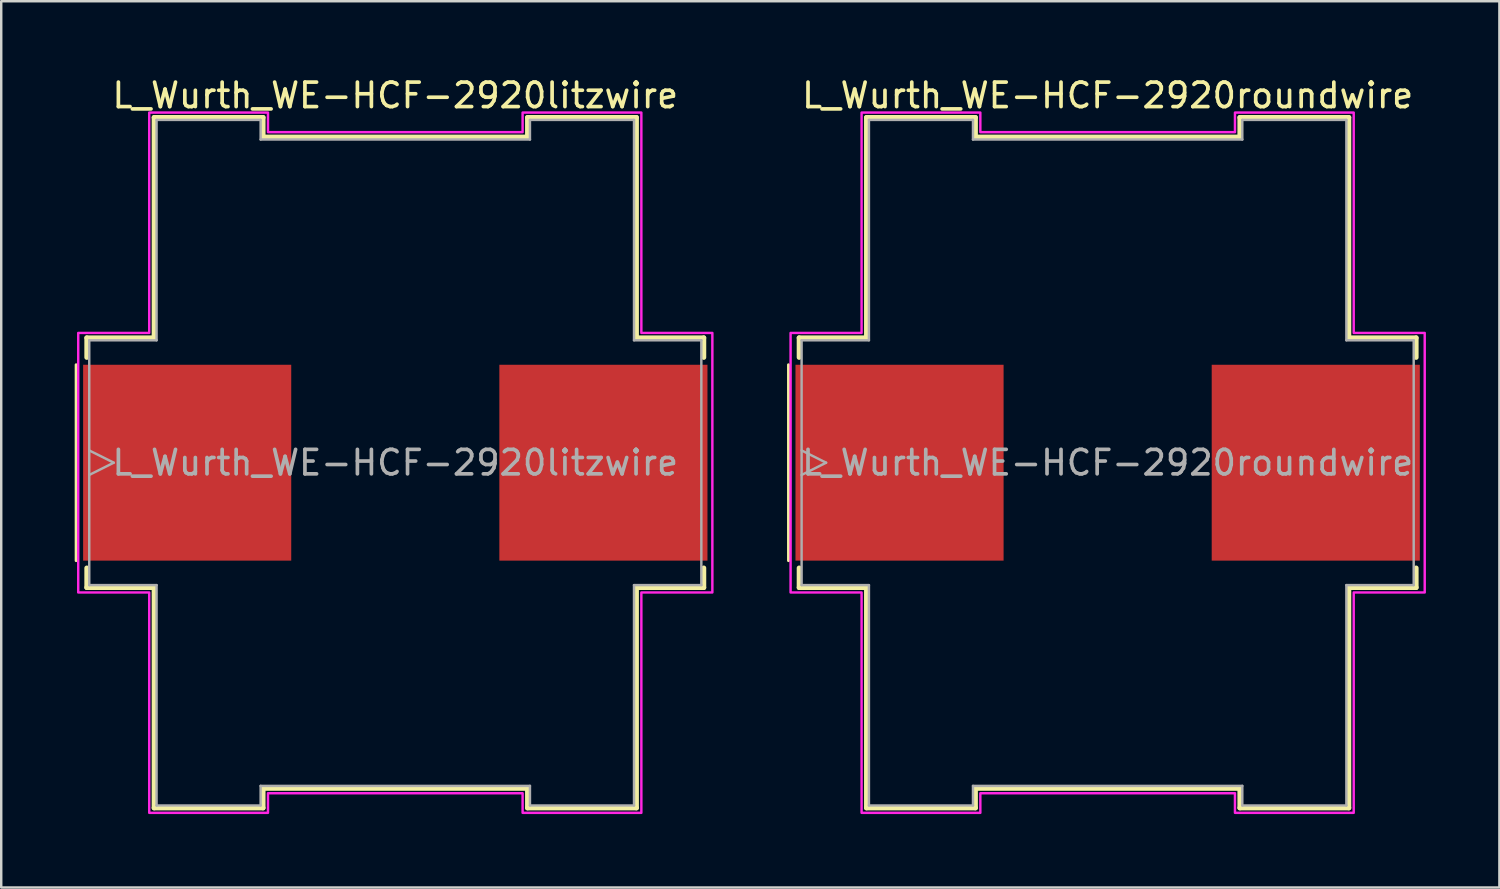
<source format=kicad_pcb>
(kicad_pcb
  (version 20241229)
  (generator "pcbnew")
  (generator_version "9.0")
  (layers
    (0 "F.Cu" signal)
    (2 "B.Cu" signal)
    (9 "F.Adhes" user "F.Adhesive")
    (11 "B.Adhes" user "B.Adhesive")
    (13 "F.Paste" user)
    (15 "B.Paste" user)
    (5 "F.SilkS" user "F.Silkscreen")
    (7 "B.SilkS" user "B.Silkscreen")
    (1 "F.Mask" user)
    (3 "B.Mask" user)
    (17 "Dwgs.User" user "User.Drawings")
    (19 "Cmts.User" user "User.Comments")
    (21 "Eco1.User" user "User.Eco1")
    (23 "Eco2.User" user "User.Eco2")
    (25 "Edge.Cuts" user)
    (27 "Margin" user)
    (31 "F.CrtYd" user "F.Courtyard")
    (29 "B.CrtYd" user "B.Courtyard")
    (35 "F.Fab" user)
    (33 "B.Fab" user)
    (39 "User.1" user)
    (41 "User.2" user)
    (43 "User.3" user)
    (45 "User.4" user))
  (footprint "L_Wurth_WE-HCF-2920litzwire"
    (layer "F.Cu")
    (at 13.095 15.848)
    (property "Reference" "L_Wurth_WE-HCF-2920litzwire" (at 0 -15 0) (layer "F.SilkS") (effects (font (size 1 1) (thickness 0.15))))
    (attr smd)
    (fp_line (start -13.035 -4) (end -13.035 4) (stroke (width 0.12) (type default)) (layer "F.SilkS"))
    (fp_line (start -12.6 -5.1) (end -9.85 -5.1) (stroke (width 0.2) (type solid)) (layer "F.SilkS"))
    (fp_line (start -12.6 -4.3) (end -12.6 -5.1) (stroke (width 0.2) (type solid)) (layer "F.SilkS"))
    (fp_line (start -12.6 4.3) (end -12.6 5.1) (stroke (width 0.2) (type solid)) (layer "F.SilkS"))
    (fp_line (start -12.6 5.1) (end -9.85 5.1) (stroke (width 0.2) (type solid)) (layer "F.SilkS"))
    (fp_line (start -9.85 -14.1) (end -5.4 -14.1) (stroke (width 0.2) (type solid)) (layer "F.SilkS"))
    (fp_line (start -9.85 -5.1) (end -9.85 -14.1) (stroke (width 0.2) (type solid)) (layer "F.SilkS"))
    (fp_line (start -9.85 5.1) (end -9.85 14.1) (stroke (width 0.2) (type solid)) (layer "F.SilkS"))
    (fp_line (start -9.85 14.1) (end -5.4 14.1) (stroke (width 0.2) (type solid)) (layer "F.SilkS"))
    (fp_line (start -5.4 -14.1) (end -5.4 -13.3) (stroke (width 0.2) (type solid)) (layer "F.SilkS"))
    (fp_line (start -5.4 -13.3) (end 5.4 -13.3) (stroke (width 0.2) (type solid)) (layer "F.SilkS"))
    (fp_line (start -5.4 13.3) (end 5.4 13.3) (stroke (width 0.2) (type solid)) (layer "F.SilkS"))
    (fp_line (start -5.4 14.1) (end -5.4 13.3) (stroke (width 0.2) (type solid)) (layer "F.SilkS"))
    (fp_line (start 5.4 -14.1) (end 9.85 -14.1) (stroke (width 0.2) (type solid)) (layer "F.SilkS"))
    (fp_line (start 5.4 -13.3) (end 5.4 -14.1) (stroke (width 0.2) (type solid)) (layer "F.SilkS"))
    (fp_line (start 5.4 13.3) (end 5.4 14.1) (stroke (width 0.2) (type solid)) (layer "F.SilkS"))
    (fp_line (start 5.4 14.1) (end 9.85 14.1) (stroke (width 0.2) (type solid)) (layer "F.SilkS"))
    (fp_line (start 9.85 -14.1) (end 9.85 -5.1) (stroke (width 0.2) (type solid)) (layer "F.SilkS"))
    (fp_line (start 9.85 -5.1) (end 12.6 -5.1) (stroke (width 0.2) (type solid)) (layer "F.SilkS"))
    (fp_line (start 9.85 5.1) (end 12.6 5.1) (stroke (width 0.2) (type solid)) (layer "F.SilkS"))
    (fp_line (start 9.85 14.1) (end 9.85 5.1) (stroke (width 0.2) (type solid)) (layer "F.SilkS"))
    (fp_line (start 12.6 -5.1) (end 12.6 -4.3) (stroke (width 0.2) (type solid)) (layer "F.SilkS"))
    (fp_line (start 12.6 5.1) (end 12.6 4.3) (stroke (width 0.2) (type solid)) (layer "F.SilkS"))
    (fp_poly (pts (xy -12.95 5.3) (xy -12.95 -5.3) (xy -10.05 -5.3) (xy -10.05 -14.3) (xy -5.2 -14.3) (xy -5.2 -13.5) (xy 5.2 -13.5) (xy 5.2 -14.3) (xy 10.05 -14.3) (xy 10.05 -5.3) (xy 12.95 -5.3) (xy 12.95 5.3) (xy 10.05 5.3) (xy 10.05 14.3) (xy 5.2 14.3) (xy 5.2 13.5) (xy -5.2 13.5) (xy -5.2 14.3) (xy -10.05 14.3) (xy -10.05 5.3)) (stroke (width 0.1) (type solid)) (fill no) (layer "F.CrtYd"))
    (fp_line (start -12.5 -5) (end -9.75 -5) (stroke (width 0.1) (type solid)) (layer "F.Fab"))
    (fp_line (start -12.5 -0.5) (end -11.5 0) (stroke (width 0.1) (type default)) (layer "F.Fab"))
    (fp_line (start -12.5 5) (end -12.5 -5) (stroke (width 0.1) (type solid)) (layer "F.Fab"))
    (fp_line (start -11.5 0) (end -12.5 0.5) (stroke (width 0.1) (type default)) (layer "F.Fab"))
    (fp_line (start -9.75 -14) (end -5.5 -14) (stroke (width 0.1) (type solid)) (layer "F.Fab"))
    (fp_line (start -9.75 -5) (end -9.75 -14) (stroke (width 0.1) (type solid)) (layer "F.Fab"))
    (fp_line (start -9.75 5) (end -12.5 5) (stroke (width 0.1) (type solid)) (layer "F.Fab"))
    (fp_line (start -9.75 14) (end -9.75 5) (stroke (width 0.1) (type solid)) (layer "F.Fab"))
    (fp_line (start -5.5 -14) (end -5.5 -13.2) (stroke (width 0.1) (type solid)) (layer "F.Fab"))
    (fp_line (start -5.5 -13.2) (end 5.5 -13.2) (stroke (width 0.1) (type solid)) (layer "F.Fab"))
    (fp_line (start -5.5 13.2) (end 5.5 13.2) (stroke (width 0.1) (type solid)) (layer "F.Fab"))
    (fp_line (start -5.5 14) (end -9.75 14) (stroke (width 0.1) (type solid)) (layer "F.Fab"))
    (fp_line (start -5.5 14) (end -5.5 13.2) (stroke (width 0.1) (type solid)) (layer "F.Fab"))
    (fp_line (start 5.5 -14) (end 9.75 -14) (stroke (width 0.1) (type solid)) (layer "F.Fab"))
    (fp_line (start 5.5 -13.2) (end 5.5 -14) (stroke (width 0.1) (type solid)) (layer "F.Fab"))
    (fp_line (start 5.5 13.2) (end 5.5 14) (stroke (width 0.1) (type solid)) (layer "F.Fab"))
    (fp_line (start 9.75 -14) (end 9.75 -5) (stroke (width 0.1) (type solid)) (layer "F.Fab"))
    (fp_line (start 9.75 5) (end 9.75 14) (stroke (width 0.1) (type solid)) (layer "F.Fab"))
    (fp_line (start 9.75 5) (end 12.5 5) (stroke (width 0.1) (type solid)) (layer "F.Fab"))
    (fp_line (start 9.75 14) (end 5.5 14) (stroke (width 0.1) (type solid)) (layer "F.Fab"))
    (fp_line (start 12.5 -5) (end 9.75 -5) (stroke (width 0.1) (type solid)) (layer "F.Fab"))
    (fp_line (start 12.5 5) (end 12.5 -5) (stroke (width 0.1) (type solid)) (layer "F.Fab"))
    (fp_text user "${REFERENCE}" (at 0 0 0) (unlocked yes) (layer "F.Fab") (effects (font (size 1 1) (thickness 0.15))))
    (pad "1" smd rect (at -8.5 0 90) (size 8 8.5) (layers "F.Cu" "F.Mask" "F.Paste"))
    (pad "2" smd rect (at 8.5 0 90) (size 8 8.5) (layers "F.Cu" "F.Mask" "F.Paste")))
  (footprint "L_Wurth_WE-HCF-2920roundwire"
    (layer "F.Cu")
    (at 42.19 15.848)
    (property "Reference" "L_Wurth_WE-HCF-2920roundwire" (at 0 -15 0) (layer "F.SilkS") (effects (font (size 1 1) (thickness 0.15))))
    (attr smd)
    (fp_line (start -13.035 -4) (end -13.035 4) (stroke (width 0.12) (type default)) (layer "F.SilkS"))
    (fp_line (start -12.6 -5.1) (end -9.85 -5.1) (stroke (width 0.2) (type solid)) (layer "F.SilkS"))
    (fp_line (start -12.6 -4.3) (end -12.6 -5.1) (stroke (width 0.2) (type solid)) (layer "F.SilkS"))
    (fp_line (start -12.6 4.3) (end -12.6 5.1) (stroke (width 0.2) (type solid)) (layer "F.SilkS"))
    (fp_line (start -12.6 5.1) (end -9.85 5.1) (stroke (width 0.2) (type solid)) (layer "F.SilkS"))
    (fp_line (start -9.85 -14.1) (end -5.4 -14.1) (stroke (width 0.2) (type solid)) (layer "F.SilkS"))
    (fp_line (start -9.85 -5.1) (end -9.85 -14.1) (stroke (width 0.2) (type solid)) (layer "F.SilkS"))
    (fp_line (start -9.85 5.1) (end -9.85 14.1) (stroke (width 0.2) (type solid)) (layer "F.SilkS"))
    (fp_line (start -9.85 14.1) (end -5.4 14.1) (stroke (width 0.2) (type solid)) (layer "F.SilkS"))
    (fp_line (start -5.4 -14.1) (end -5.4 -13.3) (stroke (width 0.2) (type solid)) (layer "F.SilkS"))
    (fp_line (start -5.4 -13.3) (end 5.4 -13.3) (stroke (width 0.2) (type solid)) (layer "F.SilkS"))
    (fp_line (start -5.4 13.3) (end 5.4 13.3) (stroke (width 0.2) (type solid)) (layer "F.SilkS"))
    (fp_line (start -5.4 14.1) (end -5.4 13.3) (stroke (width 0.2) (type solid)) (layer "F.SilkS"))
    (fp_line (start 5.4 -14.1) (end 9.85 -14.1) (stroke (width 0.2) (type solid)) (layer "F.SilkS"))
    (fp_line (start 5.4 -13.3) (end 5.4 -14.1) (stroke (width 0.2) (type solid)) (layer "F.SilkS"))
    (fp_line (start 5.4 13.3) (end 5.4 14.1) (stroke (width 0.2) (type solid)) (layer "F.SilkS"))
    (fp_line (start 5.4 14.1) (end 9.85 14.1) (stroke (width 0.2) (type solid)) (layer "F.SilkS"))
    (fp_line (start 9.85 -14.1) (end 9.85 -5.1) (stroke (width 0.2) (type solid)) (layer "F.SilkS"))
    (fp_line (start 9.85 -5.1) (end 12.6 -5.1) (stroke (width 0.2) (type solid)) (layer "F.SilkS"))
    (fp_line (start 9.85 5.1) (end 12.6 5.1) (stroke (width 0.2) (type solid)) (layer "F.SilkS"))
    (fp_line (start 9.85 14.1) (end 9.85 5.1) (stroke (width 0.2) (type solid)) (layer "F.SilkS"))
    (fp_line (start 12.6 -5.1) (end 12.6 -4.3) (stroke (width 0.2) (type solid)) (layer "F.SilkS"))
    (fp_line (start 12.6 5.1) (end 12.6 4.3) (stroke (width 0.2) (type solid)) (layer "F.SilkS"))
    (fp_poly (pts (xy -12.95 5.3) (xy -12.95 -5.3) (xy -10.05 -5.3) (xy -10.05 -14.3) (xy -5.2 -14.3) (xy -5.2 -13.5) (xy 5.2 -13.5) (xy 5.2 -14.3) (xy 10.05 -14.3) (xy 10.05 -5.3) (xy 12.95 -5.3) (xy 12.95 5.3) (xy 10.05 5.3) (xy 10.05 14.3) (xy 5.2 14.3) (xy 5.2 13.5) (xy -5.2 13.5) (xy -5.2 14.3) (xy -10.05 14.3) (xy -10.05 5.3)) (stroke (width 0.1) (type solid)) (fill no) (layer "F.CrtYd"))
    (fp_line (start -12.5 -5) (end -9.75 -5) (stroke (width 0.1) (type solid)) (layer "F.Fab"))
    (fp_line (start -12.5 -0.5) (end -11.5 0) (stroke (width 0.1) (type default)) (layer "F.Fab"))
    (fp_line (start -12.5 5) (end -12.5 -5) (stroke (width 0.1) (type solid)) (layer "F.Fab"))
    (fp_line (start -11.5 0) (end -12.5 0.5) (stroke (width 0.1) (type default)) (layer "F.Fab"))
    (fp_line (start -9.75 -14) (end -5.5 -14) (stroke (width 0.1) (type solid)) (layer "F.Fab"))
    (fp_line (start -9.75 -5) (end -9.75 -14) (stroke (width 0.1) (type solid)) (layer "F.Fab"))
    (fp_line (start -9.75 5) (end -12.5 5) (stroke (width 0.1) (type solid)) (layer "F.Fab"))
    (fp_line (start -9.75 14) (end -9.75 5) (stroke (width 0.1) (type solid)) (layer "F.Fab"))
    (fp_line (start -5.5 -14) (end -5.5 -13.2) (stroke (width 0.1) (type solid)) (layer "F.Fab"))
    (fp_line (start -5.5 -13.2) (end 5.5 -13.2) (stroke (width 0.1) (type solid)) (layer "F.Fab"))
    (fp_line (start -5.5 13.2) (end 5.5 13.2) (stroke (width 0.1) (type solid)) (layer "F.Fab"))
    (fp_line (start -5.5 14) (end -9.75 14) (stroke (width 0.1) (type solid)) (layer "F.Fab"))
    (fp_line (start -5.5 14) (end -5.5 13.2) (stroke (width 0.1) (type solid)) (layer "F.Fab"))
    (fp_line (start 5.5 -14) (end 9.75 -14) (stroke (width 0.1) (type solid)) (layer "F.Fab"))
    (fp_line (start 5.5 -13.2) (end 5.5 -14) (stroke (width 0.1) (type solid)) (layer "F.Fab"))
    (fp_line (start 5.5 13.2) (end 5.5 14) (stroke (width 0.1) (type solid)) (layer "F.Fab"))
    (fp_line (start 9.75 -14) (end 9.75 -5) (stroke (width 0.1) (type solid)) (layer "F.Fab"))
    (fp_line (start 9.75 5) (end 9.75 14) (stroke (width 0.1) (type solid)) (layer "F.Fab"))
    (fp_line (start 9.75 5) (end 12.5 5) (stroke (width 0.1) (type solid)) (layer "F.Fab"))
    (fp_line (start 9.75 14) (end 5.5 14) (stroke (width 0.1) (type solid)) (layer "F.Fab"))
    (fp_line (start 12.5 -5) (end 9.75 -5) (stroke (width 0.1) (type solid)) (layer "F.Fab"))
    (fp_line (start 12.5 5) (end 12.5 -5) (stroke (width 0.1) (type solid)) (layer "F.Fab"))
    (fp_text user "${REFERENCE}" (at 0 0 0) (unlocked yes) (layer "F.Fab") (effects (font (size 1 1) (thickness 0.15))))
    (pad "1" smd rect (at -8.5 0 90) (size 8 8.5) (layers "F.Cu" "F.Mask" "F.Paste"))
    (pad "2" smd rect (at 8.5 0 90) (size 8 8.5) (layers "F.Cu" "F.Mask" "F.Paste")))
  (gr_rect
    (start -3 -3)
    (end 58.19 33.198)
    (stroke (width 0.1) (type default))
    (fill no)
    (layer "Edge.Cuts")))
</source>
